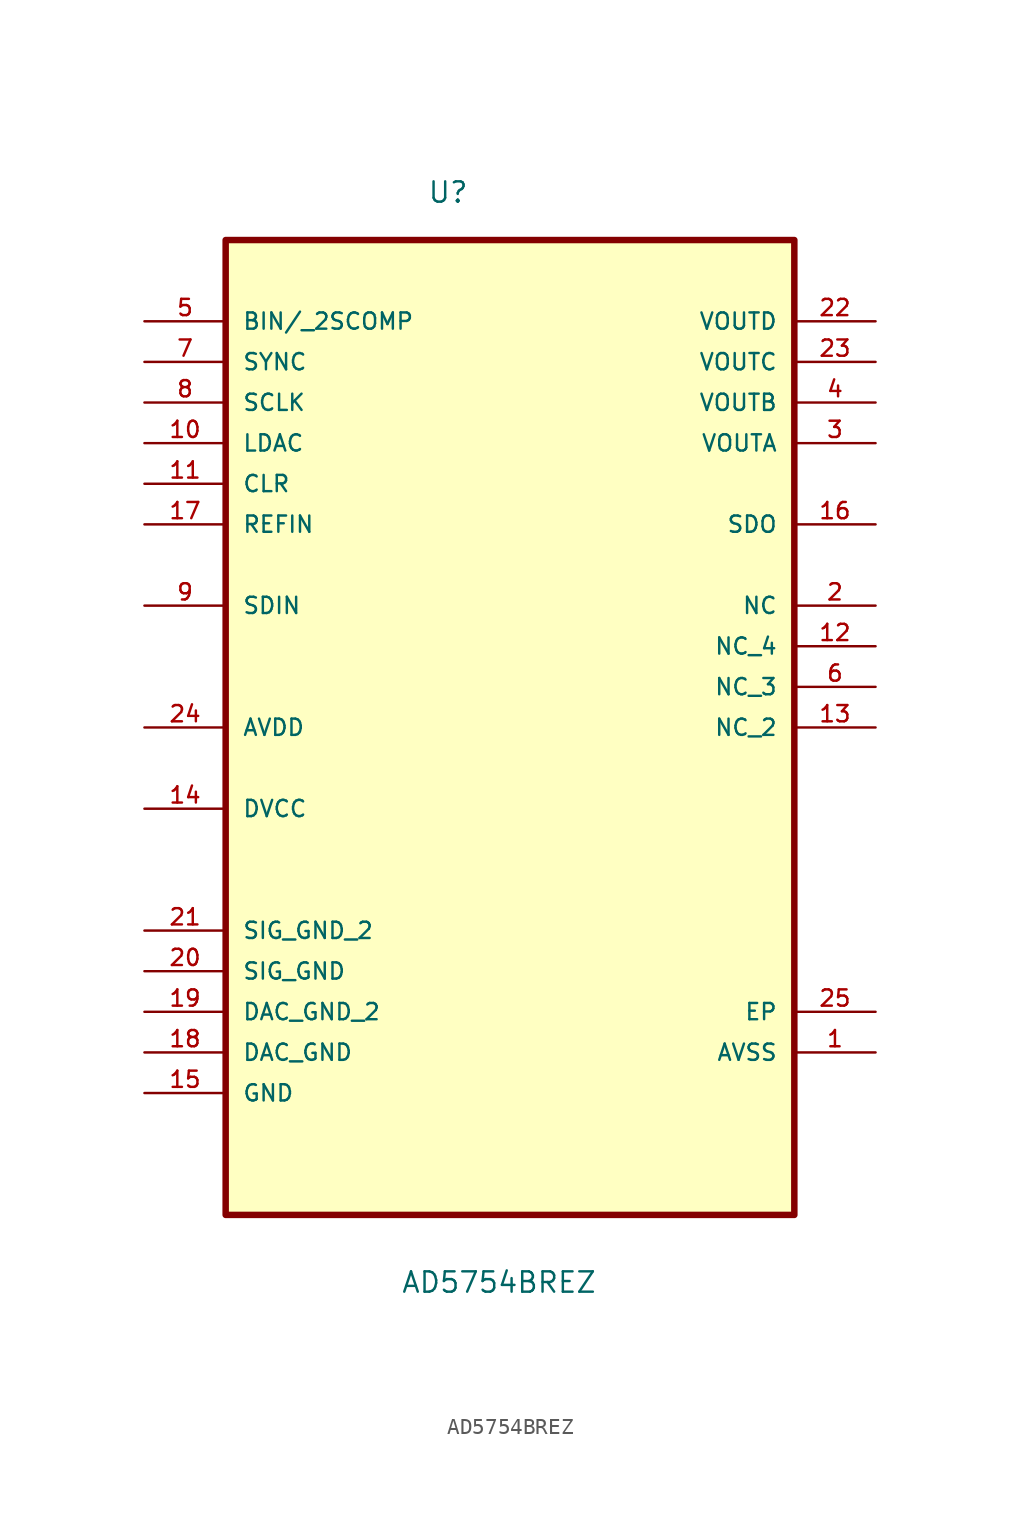
<source format=kicad_sym>
(kicad_symbol_lib
  (version 20211014)
  (generator kicad_symbol_editor)
  (symbol "AD5754BREZ"
    (pin_names
      (offset 1.016))
    (property "Reference" "U"
      (at -5.182 30.178 0.0)
      (effects (font (size 1.27 1.27)) (justify bottom left)))
    (property "Value" "AD5754BREZ"
      (at -6.834 -37.983 0.0)
      (effects (font (size 1.27 1.27)) (justify bottom left)))
    (symbol "AD5754BREZ_0_0"
      (rectangle (start -17.78 -33.02) (end 17.78 27.94) (stroke (width 0.406)) (fill (type background)))
      (pin passive line (at -22.86 22.86 0) (length 5.08) (name "BIN/_2SCOMP" (effects (font (size 1.016 1.016)))) (number "5" (effects (font (size 1.016 1.016)))))
      (pin passive line (at -22.86 20.32 0) (length 5.08) (name "SYNC" (effects (font (size 1.016 1.016)))) (number "7" (effects (font (size 1.016 1.016)))))
      (pin passive line (at -22.86 17.78 0) (length 5.08) (name "SCLK" (effects (font (size 1.016 1.016)))) (number "8" (effects (font (size 1.016 1.016)))))
      (pin passive line (at -22.86 15.24 0) (length 5.08) (name "LDAC" (effects (font (size 1.016 1.016)))) (number "10" (effects (font (size 1.016 1.016)))))
      (pin passive line (at -22.86 12.7 0) (length 5.08) (name "CLR" (effects (font (size 1.016 1.016)))) (number "11" (effects (font (size 1.016 1.016)))))
      (pin passive line (at -22.86 10.16 0) (length 5.08) (name "REFIN" (effects (font (size 1.016 1.016)))) (number "17" (effects (font (size 1.016 1.016)))))
      (pin passive line (at -22.86 5.08 0) (length 5.08) (name "SDIN" (effects (font (size 1.016 1.016)))) (number "9" (effects (font (size 1.016 1.016)))))
      (pin power_in line (at -22.86 -2.54 0) (length 5.08) (name "AVDD" (effects (font (size 1.016 1.016)))) (number "24" (effects (font (size 1.016 1.016)))))
      (pin power_in line (at -22.86 -7.62 0) (length 5.08) (name "DVCC" (effects (font (size 1.016 1.016)))) (number "14" (effects (font (size 1.016 1.016)))))
      (pin passive line (at -22.86 -15.24 0) (length 5.08) (name "SIG_GND_2" (effects (font (size 1.016 1.016)))) (number "21" (effects (font (size 1.016 1.016)))))
      (pin passive line (at -22.86 -17.78 0) (length 5.08) (name "SIG_GND" (effects (font (size 1.016 1.016)))) (number "20" (effects (font (size 1.016 1.016)))))
      (pin passive line (at -22.86 -20.32 0) (length 5.08) (name "DAC_GND_2" (effects (font (size 1.016 1.016)))) (number "19" (effects (font (size 1.016 1.016)))))
      (pin passive line (at -22.86 -22.86 0) (length 5.08) (name "DAC_GND" (effects (font (size 1.016 1.016)))) (number "18" (effects (font (size 1.016 1.016)))))
      (pin passive line (at -22.86 -25.4 0) (length 5.08) (name "GND" (effects (font (size 1.016 1.016)))) (number "15" (effects (font (size 1.016 1.016)))))
      (pin passive line (at 22.86 -22.86 180.0) (length 5.08) (name "AVSS" (effects (font (size 1.016 1.016)))) (number "1" (effects (font (size 1.016 1.016)))))
      (pin power_in line (at 22.86 -20.32 180.0) (length 5.08) (name "EP" (effects (font (size 1.016 1.016)))) (number "25" (effects (font (size 1.016 1.016)))))
      (pin passive line (at 22.86 -2.54 180.0) (length 5.08) (name "NC_2" (effects (font (size 1.016 1.016)))) (number "13" (effects (font (size 1.016 1.016)))))
      (pin passive line (at 22.86 0.0 180.0) (length 5.08) (name "NC_3" (effects (font (size 1.016 1.016)))) (number "6" (effects (font (size 1.016 1.016)))))
      (pin passive line (at 22.86 2.54 180.0) (length 5.08) (name "NC_4" (effects (font (size 1.016 1.016)))) (number "12" (effects (font (size 1.016 1.016)))))
      (pin passive line (at 22.86 5.08 180.0) (length 5.08) (name "NC" (effects (font (size 1.016 1.016)))) (number "2" (effects (font (size 1.016 1.016)))))
      (pin passive line (at 22.86 10.16 180.0) (length 5.08) (name "SDO" (effects (font (size 1.016 1.016)))) (number "16" (effects (font (size 1.016 1.016)))))
      (pin passive line (at 22.86 15.24 180.0) (length 5.08) (name "VOUTA" (effects (font (size 1.016 1.016)))) (number "3" (effects (font (size 1.016 1.016)))))
      (pin passive line (at 22.86 17.78 180.0) (length 5.08) (name "VOUTB" (effects (font (size 1.016 1.016)))) (number "4" (effects (font (size 1.016 1.016)))))
      (pin passive line (at 22.86 20.32 180.0) (length 5.08) (name "VOUTC" (effects (font (size 1.016 1.016)))) (number "23" (effects (font (size 1.016 1.016)))))
      (pin passive line (at 22.86 22.86 180.0) (length 5.08) (name "VOUTD" (effects (font (size 1.016 1.016)))) (number "22" (effects (font (size 1.016 1.016))))))))
</source>
